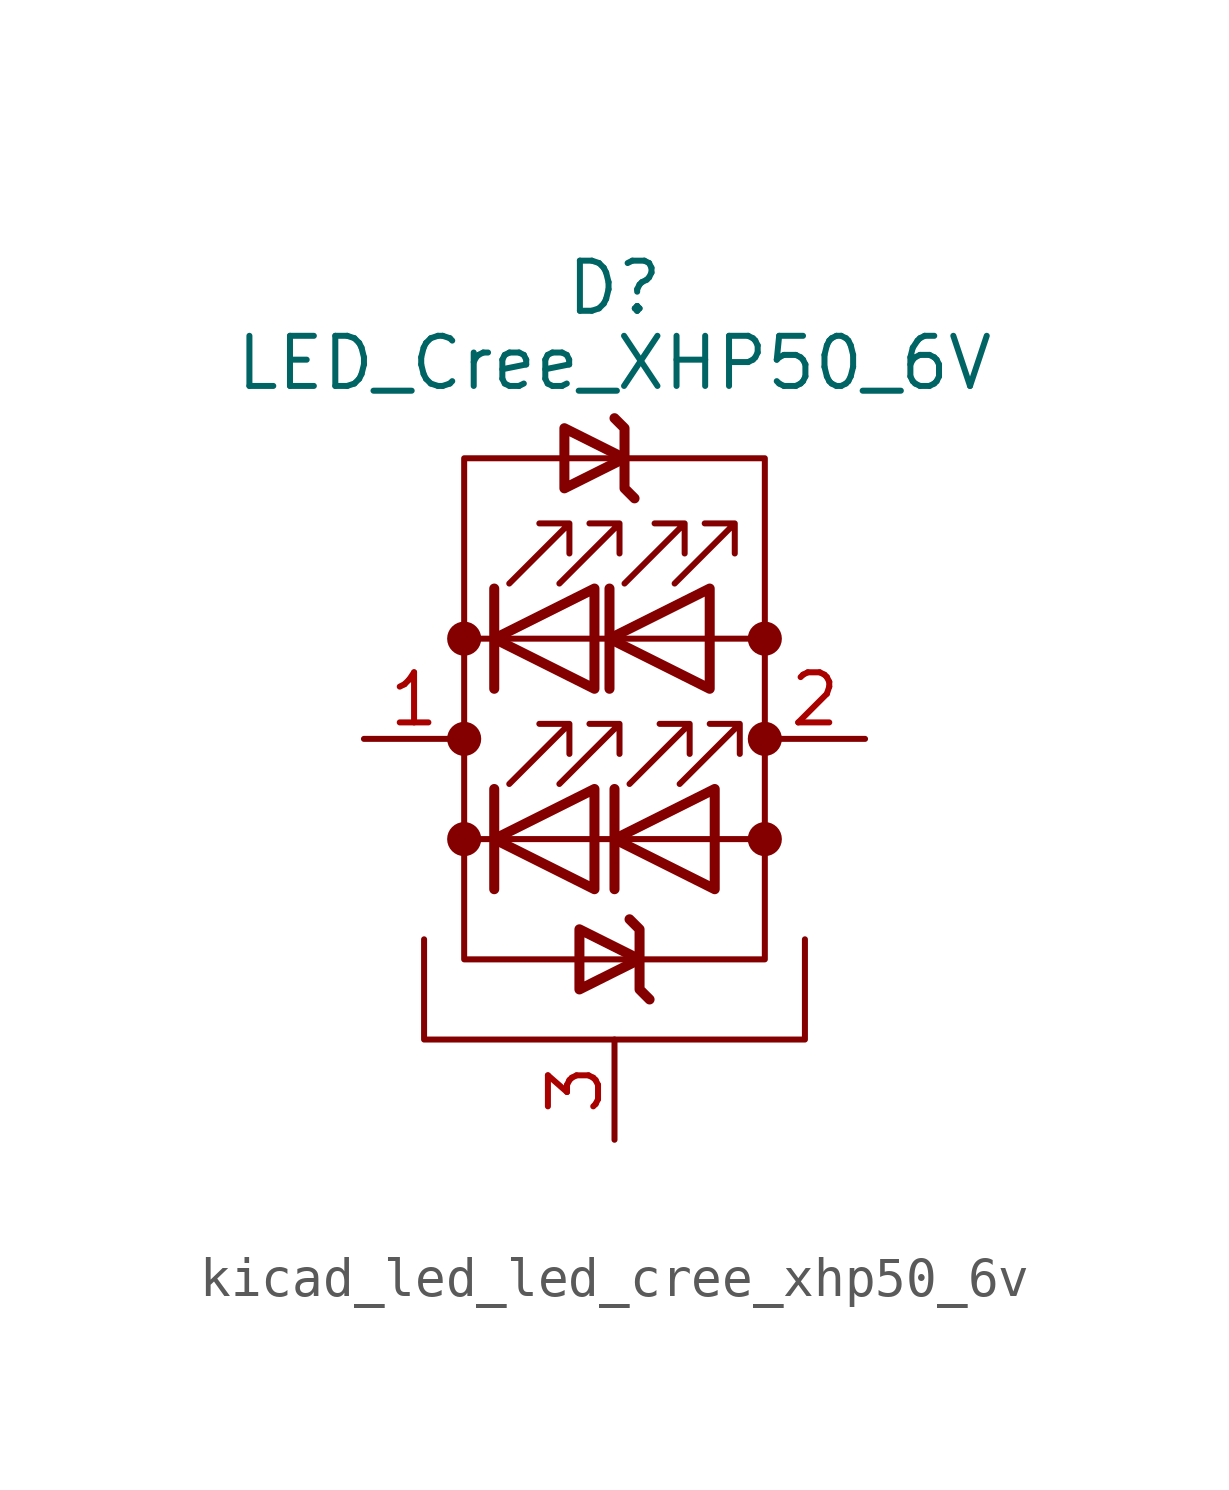
<source format=kicad_sym>
(kicad_symbol_lib
  (version 20220914)
  (generator kicad_symbol_editor)
  (symbol "kicad_led_led_cree_xhp50_6v"
    (pin_names
      (offset 1.016) hide)
    (property "Reference" "D"
      (at 0 11.43 0)
      (effects (font (size 1.27 1.27))))
    (property "Value" "LED_Cree_XHP50_6V"
      (at 0 9.525 0)
      (effects (font (size 1.27 1.27))))
    (symbol "kicad_led_led_cree_xhp50_6v_0_1"
      (circle (center -3.81 -2.54) (radius 0.356) (stroke (width 0) (type default)) (fill (type outline)))
      (circle (center -3.81 0) (radius 0.356) (stroke (width 0) (type default)) (fill (type outline)))
      (circle (center -3.81 2.54) (radius 0.356) (stroke (width 0) (type default)) (fill (type outline)))
      (polyline (pts (xy -3.81 -2.54) (xy 3.81 -2.54)) (stroke (width 0) (type default)) (fill (type none)))
      (polyline (pts (xy -3.048 -3.81) (xy -3.048 -1.27)) (stroke (width 0.254) (type default)) (fill (type none)))
      (polyline (pts (xy -3.048 1.27) (xy -3.048 3.81)) (stroke (width 0.254) (type default)) (fill (type none)))
      (polyline (pts (xy -0.127 1.27) (xy -0.127 3.81)) (stroke (width 0.254) (type default)) (fill (type none)))
      (polyline (pts (xy 0 -3.81) (xy 0 -1.27)) (stroke (width 0.254) (type default)) (fill (type none)))
      (polyline (pts (xy 3.81 2.54) (xy -3.81 2.54)) (stroke (width 0) (type default)) (fill (type none)))
      (polyline (pts (xy -4.826 -5.08) (xy -4.826 -7.62) (xy 4.826 -7.62) (xy 4.826 -5.08)) (stroke (width 0) (type default)) (fill (type none)))
      (polyline (pts (xy -0.508 -3.81) (xy -0.508 -1.27) (xy -3.048 -2.54) (xy -0.508 -3.81)) (stroke (width 0.254) (type default)) (fill (type none)))
      (polyline (pts (xy -0.508 1.27) (xy -0.508 3.81) (xy -3.048 2.54) (xy -0.508 1.27)) (stroke (width 0.254) (type default)) (fill (type none)))
      (polyline (pts (xy 0.508 6.096) (xy 0.254 6.35) (xy 0.254 7.874) (xy 0 8.128)) (stroke (width 0.254) (type default)) (fill (type none)))
      (polyline (pts (xy 0.889 -6.604) (xy 0.635 -6.35) (xy 0.635 -4.826) (xy 0.381 -4.572)) (stroke (width 0.254) (type default)) (fill (type none)))
      (polyline (pts (xy 2.413 1.27) (xy 2.413 3.81) (xy -0.127 2.54) (xy 2.413 1.27)) (stroke (width 0.254) (type default)) (fill (type none)))
      (polyline (pts (xy 2.54 -3.81) (xy 2.54 -1.27) (xy 0 -2.54) (xy 2.54 -3.81)) (stroke (width 0.254) (type default)) (fill (type none)))
      (polyline (pts (xy -3.81 -5.588) (xy -3.81 7.112) (xy 3.81 7.112) (xy 3.81 -5.588) (xy -3.81 -5.588)) (stroke (width 0) (type default)) (fill (type none)))
      (polyline (pts (xy -2.667 -1.143) (xy -1.143 0.381) (xy -1.905 0.381) (xy -1.143 0.381) (xy -1.143 -0.381)) (stroke (width 0) (type default)) (fill (type none)))
      (polyline (pts (xy -2.667 3.937) (xy -1.143 5.461) (xy -1.905 5.461) (xy -1.143 5.461) (xy -1.143 4.699)) (stroke (width 0) (type default)) (fill (type none)))
      (polyline (pts (xy -1.397 -1.143) (xy 0.127 0.381) (xy -0.635 0.381) (xy 0.127 0.381) (xy 0.127 -0.381)) (stroke (width 0) (type default)) (fill (type none)))
      (polyline (pts (xy -1.397 3.937) (xy 0.127 5.461) (xy -0.635 5.461) (xy 0.127 5.461) (xy 0.127 4.699)) (stroke (width 0) (type default)) (fill (type none)))
      (polyline (pts (xy -1.27 6.35) (xy -1.27 7.874) (xy 0.254 7.112) (xy -1.27 6.35) (xy -1.27 6.604)) (stroke (width 0.254) (type default)) (fill (type none)))
      (polyline (pts (xy -0.889 -6.35) (xy -0.889 -4.826) (xy 0.635 -5.588) (xy -0.889 -6.35) (xy -0.889 -6.096)) (stroke (width 0.254) (type default)) (fill (type none)))
      (polyline (pts (xy 0.254 3.937) (xy 1.778 5.461) (xy 1.016 5.461) (xy 1.778 5.461) (xy 1.778 4.699)) (stroke (width 0) (type default)) (fill (type none)))
      (polyline (pts (xy 0.381 -1.143) (xy 1.905 0.381) (xy 1.143 0.381) (xy 1.905 0.381) (xy 1.905 -0.381)) (stroke (width 0) (type default)) (fill (type none)))
      (polyline (pts (xy 1.524 3.937) (xy 3.048 5.461) (xy 2.286 5.461) (xy 3.048 5.461) (xy 3.048 4.699)) (stroke (width 0) (type default)) (fill (type none)))
      (polyline (pts (xy 1.651 -1.143) (xy 3.175 0.381) (xy 2.413 0.381) (xy 3.175 0.381) (xy 3.175 -0.381)) (stroke (width 0) (type default)) (fill (type none)))
      (circle (center 3.81 -2.54) (radius 0.356) (stroke (width 0) (type default)) (fill (type outline)))
      (circle (center 3.81 0) (radius 0.356) (stroke (width 0) (type default)) (fill (type outline)))
      (circle (center 3.81 2.54) (radius 0.356) (stroke (width 0) (type default)) (fill (type outline))))
    (symbol "kicad_led_led_cree_xhp50_6v_1_1"
      (pin passive line (at -6.35 0 0) (length 2.54) (name "K" (effects (font (size 1.27 1.27)))) (number "1" (effects (font (size 1.27 1.27)))))
      (pin passive line (at 6.35 0 180) (length 2.54) (name "A" (effects (font (size 1.27 1.27)))) (number "2" (effects (font (size 1.27 1.27)))))
      (pin passive line (at 0 -10.16 90) (length 2.54) (name "PAD" (effects (font (size 1.27 1.27)))) (number "3" (effects (font (size 1.27 1.27))))))))
</source>
